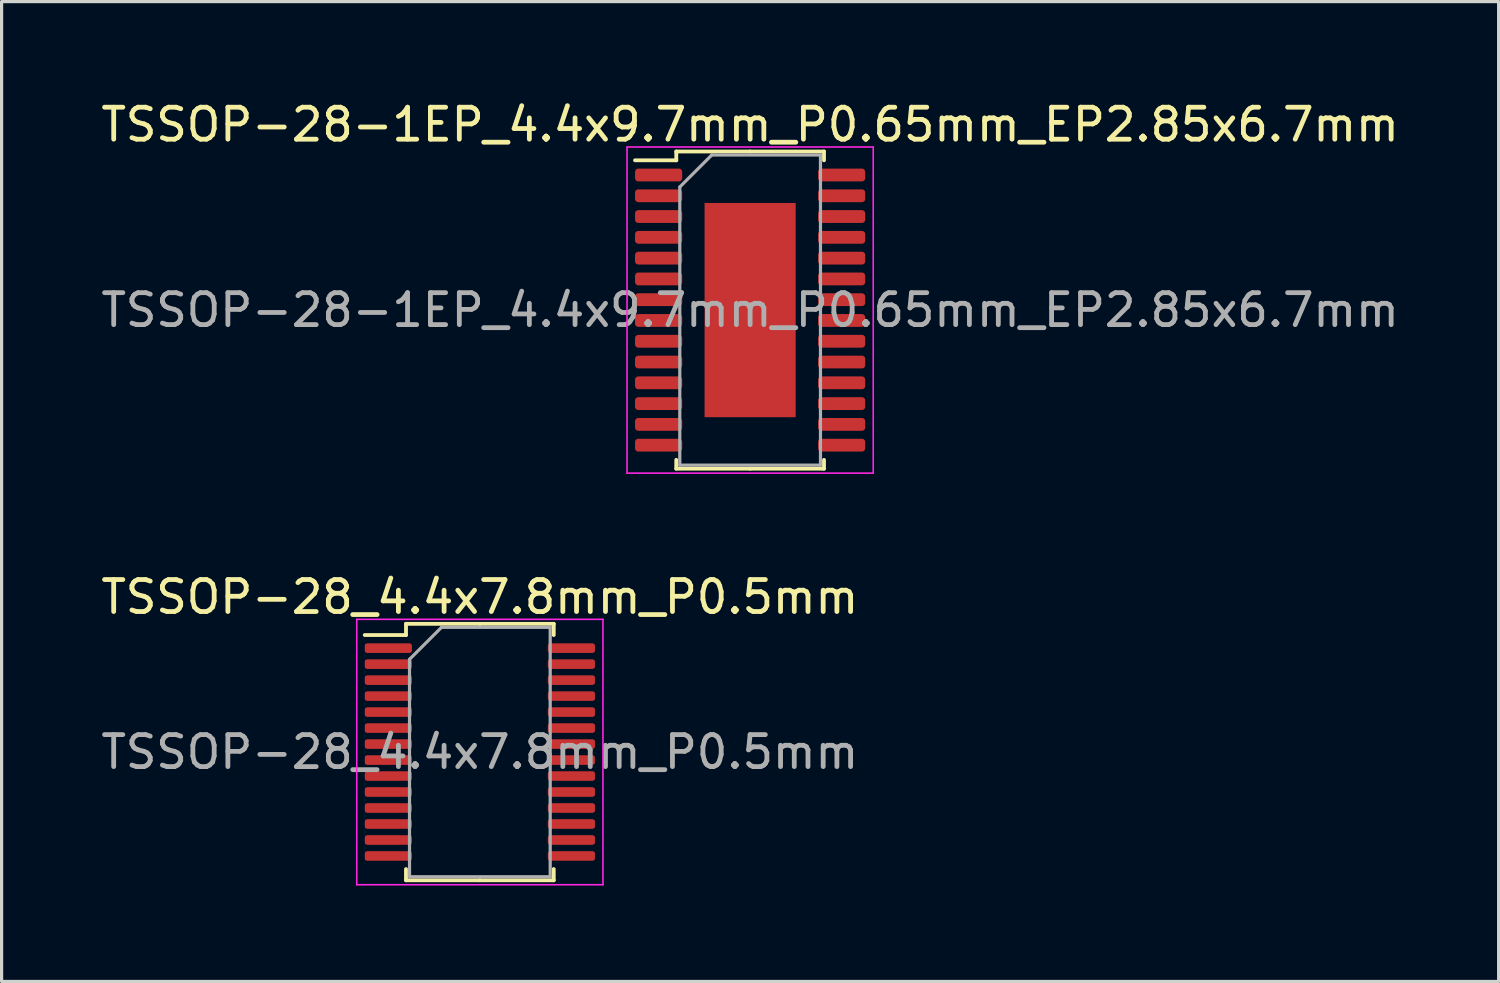
<source format=kicad_pcb>
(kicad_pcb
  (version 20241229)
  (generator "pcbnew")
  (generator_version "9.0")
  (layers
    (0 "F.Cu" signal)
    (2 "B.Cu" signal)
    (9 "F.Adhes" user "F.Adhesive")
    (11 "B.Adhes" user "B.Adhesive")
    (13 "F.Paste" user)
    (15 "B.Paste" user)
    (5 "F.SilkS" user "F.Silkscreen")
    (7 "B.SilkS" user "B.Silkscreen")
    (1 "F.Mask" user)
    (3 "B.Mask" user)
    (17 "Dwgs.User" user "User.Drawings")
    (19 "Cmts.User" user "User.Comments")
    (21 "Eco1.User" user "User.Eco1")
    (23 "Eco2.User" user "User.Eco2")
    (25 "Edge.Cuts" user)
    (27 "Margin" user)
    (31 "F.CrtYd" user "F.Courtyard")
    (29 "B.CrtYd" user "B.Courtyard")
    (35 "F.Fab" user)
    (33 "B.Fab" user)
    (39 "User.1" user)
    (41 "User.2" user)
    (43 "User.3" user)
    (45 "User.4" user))
  (footprint "TSSOP-28_4.4x7.8mm_P0.5mm"
    (layer "F.Cu")
    (at 11.958 20.471)
    (property "Reference" "TSSOP-28_4.4x7.8mm_P0.5mm" (at 0 -4.85 0) (layer "F.SilkS") (effects (font (size 1 1) (thickness 0.15))))
    (attr smd)
    (fp_line (start -2.31 -4.01) (end -2.31 -3.66) (stroke (width 0.12) (type solid)) (layer "F.SilkS"))
    (fp_line (start -2.31 -3.66) (end -3.6 -3.66) (stroke (width 0.12) (type solid)) (layer "F.SilkS"))
    (fp_line (start -2.31 4.01) (end -2.31 3.66) (stroke (width 0.12) (type solid)) (layer "F.SilkS"))
    (fp_line (start 0 -4.01) (end -2.31 -4.01) (stroke (width 0.12) (type solid)) (layer "F.SilkS"))
    (fp_line (start 0 -4.01) (end 2.31 -4.01) (stroke (width 0.12) (type solid)) (layer "F.SilkS"))
    (fp_line (start 0 4.01) (end -2.31 4.01) (stroke (width 0.12) (type solid)) (layer "F.SilkS"))
    (fp_line (start 0 4.01) (end 2.31 4.01) (stroke (width 0.12) (type solid)) (layer "F.SilkS"))
    (fp_line (start 2.31 -4.01) (end 2.31 -3.66) (stroke (width 0.12) (type solid)) (layer "F.SilkS"))
    (fp_line (start 2.31 4.01) (end 2.31 3.66) (stroke (width 0.12) (type solid)) (layer "F.SilkS"))
    (fp_line (start -3.85 -4.15) (end -3.85 4.15) (stroke (width 0.05) (type solid)) (layer "F.CrtYd"))
    (fp_line (start -3.85 4.15) (end 3.85 4.15) (stroke (width 0.05) (type solid)) (layer "F.CrtYd"))
    (fp_line (start 3.85 -4.15) (end -3.85 -4.15) (stroke (width 0.05) (type solid)) (layer "F.CrtYd"))
    (fp_line (start 3.85 4.15) (end 3.85 -4.15) (stroke (width 0.05) (type solid)) (layer "F.CrtYd"))
    (fp_line (start -2.2 -2.9) (end -1.2 -3.9) (stroke (width 0.1) (type solid)) (layer "F.Fab"))
    (fp_line (start -2.2 3.9) (end -2.2 -2.9) (stroke (width 0.1) (type solid)) (layer "F.Fab"))
    (fp_line (start -1.2 -3.9) (end 2.2 -3.9) (stroke (width 0.1) (type solid)) (layer "F.Fab"))
    (fp_line (start 2.2 -3.9) (end 2.2 3.9) (stroke (width 0.1) (type solid)) (layer "F.Fab"))
    (fp_line (start 2.2 3.9) (end -2.2 3.9) (stroke (width 0.1) (type solid)) (layer "F.Fab"))
    (fp_text user "${REFERENCE}" (at 0 0 0) (layer "F.Fab") (effects (font (size 1 1) (thickness 0.15))))
    (pad "1" smd roundrect (at -2.862 -3.25) (size 1.475 0.3) (layers "F.Cu" "F.Mask" "F.Paste") (roundrect_rratio 0.25))
    (pad "2" smd roundrect (at -2.862 -2.75) (size 1.475 0.3) (layers "F.Cu" "F.Mask" "F.Paste") (roundrect_rratio 0.25))
    (pad "3" smd roundrect (at -2.862 -2.25) (size 1.475 0.3) (layers "F.Cu" "F.Mask" "F.Paste") (roundrect_rratio 0.25))
    (pad "4" smd roundrect (at -2.862 -1.75) (size 1.475 0.3) (layers "F.Cu" "F.Mask" "F.Paste") (roundrect_rratio 0.25))
    (pad "5" smd roundrect (at -2.862 -1.25) (size 1.475 0.3) (layers "F.Cu" "F.Mask" "F.Paste") (roundrect_rratio 0.25))
    (pad "6" smd roundrect (at -2.862 -0.75) (size 1.475 0.3) (layers "F.Cu" "F.Mask" "F.Paste") (roundrect_rratio 0.25))
    (pad "7" smd roundrect (at -2.862 -0.25) (size 1.475 0.3) (layers "F.Cu" "F.Mask" "F.Paste") (roundrect_rratio 0.25))
    (pad "8" smd roundrect (at -2.862 0.25) (size 1.475 0.3) (layers "F.Cu" "F.Mask" "F.Paste") (roundrect_rratio 0.25))
    (pad "9" smd roundrect (at -2.862 0.75) (size 1.475 0.3) (layers "F.Cu" "F.Mask" "F.Paste") (roundrect_rratio 0.25))
    (pad "10" smd roundrect (at -2.862 1.25) (size 1.475 0.3) (layers "F.Cu" "F.Mask" "F.Paste") (roundrect_rratio 0.25))
    (pad "11" smd roundrect (at -2.862 1.75) (size 1.475 0.3) (layers "F.Cu" "F.Mask" "F.Paste") (roundrect_rratio 0.25))
    (pad "12" smd roundrect (at -2.862 2.25) (size 1.475 0.3) (layers "F.Cu" "F.Mask" "F.Paste") (roundrect_rratio 0.25))
    (pad "13" smd roundrect (at -2.862 2.75) (size 1.475 0.3) (layers "F.Cu" "F.Mask" "F.Paste") (roundrect_rratio 0.25))
    (pad "14" smd roundrect (at -2.862 3.25) (size 1.475 0.3) (layers "F.Cu" "F.Mask" "F.Paste") (roundrect_rratio 0.25))
    (pad "15" smd roundrect (at 2.862 3.25) (size 1.475 0.3) (layers "F.Cu" "F.Mask" "F.Paste") (roundrect_rratio 0.25))
    (pad "16" smd roundrect (at 2.862 2.75) (size 1.475 0.3) (layers "F.Cu" "F.Mask" "F.Paste") (roundrect_rratio 0.25))
    (pad "17" smd roundrect (at 2.862 2.25) (size 1.475 0.3) (layers "F.Cu" "F.Mask" "F.Paste") (roundrect_rratio 0.25))
    (pad "18" smd roundrect (at 2.862 1.75) (size 1.475 0.3) (layers "F.Cu" "F.Mask" "F.Paste") (roundrect_rratio 0.25))
    (pad "19" smd roundrect (at 2.862 1.25) (size 1.475 0.3) (layers "F.Cu" "F.Mask" "F.Paste") (roundrect_rratio 0.25))
    (pad "20" smd roundrect (at 2.862 0.75) (size 1.475 0.3) (layers "F.Cu" "F.Mask" "F.Paste") (roundrect_rratio 0.25))
    (pad "21" smd roundrect (at 2.862 0.25) (size 1.475 0.3) (layers "F.Cu" "F.Mask" "F.Paste") (roundrect_rratio 0.25))
    (pad "22" smd roundrect (at 2.862 -0.25) (size 1.475 0.3) (layers "F.Cu" "F.Mask" "F.Paste") (roundrect_rratio 0.25))
    (pad "23" smd roundrect (at 2.862 -0.75) (size 1.475 0.3) (layers "F.Cu" "F.Mask" "F.Paste") (roundrect_rratio 0.25))
    (pad "24" smd roundrect (at 2.862 -1.25) (size 1.475 0.3) (layers "F.Cu" "F.Mask" "F.Paste") (roundrect_rratio 0.25))
    (pad "25" smd roundrect (at 2.862 -1.75) (size 1.475 0.3) (layers "F.Cu" "F.Mask" "F.Paste") (roundrect_rratio 0.25))
    (pad "26" smd roundrect (at 2.862 -2.25) (size 1.475 0.3) (layers "F.Cu" "F.Mask" "F.Paste") (roundrect_rratio 0.25))
    (pad "27" smd roundrect (at 2.862 -2.75) (size 1.475 0.3) (layers "F.Cu" "F.Mask" "F.Paste") (roundrect_rratio 0.25))
    (pad "28" smd roundrect (at 2.862 -3.25) (size 1.475 0.3) (layers "F.Cu" "F.Mask" "F.Paste") (roundrect_rratio 0.25)))
  (footprint "TSSOP-28-1EP_4.4x9.7mm_P0.65mm_EP2.85x6.7mm"
    (layer "F.Cu")
    (at 20.411 6.648)
    (property "Reference" "TSSOP-28-1EP_4.4x9.7mm_P0.65mm_EP2.85x6.7mm" (at 0 -5.8 0) (layer "F.SilkS") (effects (font (size 1 1) (thickness 0.15))))
    (attr smd)
    (fp_line (start -2.31 -4.96) (end -2.31 -4.685) (stroke (width 0.12) (type solid)) (layer "F.SilkS"))
    (fp_line (start -2.31 -4.685) (end -3.6 -4.685) (stroke (width 0.12) (type solid)) (layer "F.SilkS"))
    (fp_line (start -2.31 4.96) (end -2.31 4.685) (stroke (width 0.12) (type solid)) (layer "F.SilkS"))
    (fp_line (start 0 -4.96) (end -2.31 -4.96) (stroke (width 0.12) (type solid)) (layer "F.SilkS"))
    (fp_line (start 0 -4.96) (end 2.31 -4.96) (stroke (width 0.12) (type solid)) (layer "F.SilkS"))
    (fp_line (start 0 4.96) (end -2.31 4.96) (stroke (width 0.12) (type solid)) (layer "F.SilkS"))
    (fp_line (start 0 4.96) (end 2.31 4.96) (stroke (width 0.12) (type solid)) (layer "F.SilkS"))
    (fp_line (start 2.31 -4.96) (end 2.31 -4.685) (stroke (width 0.12) (type solid)) (layer "F.SilkS"))
    (fp_line (start 2.31 4.96) (end 2.31 4.685) (stroke (width 0.12) (type solid)) (layer "F.SilkS"))
    (fp_line (start -3.85 -5.1) (end -3.85 5.1) (stroke (width 0.05) (type solid)) (layer "F.CrtYd"))
    (fp_line (start -3.85 5.1) (end 3.85 5.1) (stroke (width 0.05) (type solid)) (layer "F.CrtYd"))
    (fp_line (start 3.85 -5.1) (end -3.85 -5.1) (stroke (width 0.05) (type solid)) (layer "F.CrtYd"))
    (fp_line (start 3.85 5.1) (end 3.85 -5.1) (stroke (width 0.05) (type solid)) (layer "F.CrtYd"))
    (fp_line (start -2.2 -3.85) (end -1.2 -4.85) (stroke (width 0.1) (type solid)) (layer "F.Fab"))
    (fp_line (start -2.2 4.85) (end -2.2 -3.85) (stroke (width 0.1) (type solid)) (layer "F.Fab"))
    (fp_line (start -1.2 -4.85) (end 2.2 -4.85) (stroke (width 0.1) (type solid)) (layer "F.Fab"))
    (fp_line (start 2.2 -4.85) (end 2.2 4.85) (stroke (width 0.1) (type solid)) (layer "F.Fab"))
    (fp_line (start 2.2 4.85) (end -2.2 4.85) (stroke (width 0.1) (type solid)) (layer "F.Fab"))
    (fp_text user "${REFERENCE}" (at 0 0 0) (layer "F.Fab") (effects (font (size 1 1) (thickness 0.15))))
    (pad "" smd roundrect (at -0.71 -2.23) (size 1.15 1.8) (layers "F.Paste") (roundrect_rratio 0.217))
    (pad "" smd roundrect (at -0.71 0) (size 1.15 1.8) (layers "F.Paste") (roundrect_rratio 0.217))
    (pad "" smd roundrect (at -0.71 2.23) (size 1.15 1.8) (layers "F.Paste") (roundrect_rratio 0.217))
    (pad "" smd roundrect (at 0.71 -2.23) (size 1.15 1.8) (layers "F.Paste") (roundrect_rratio 0.217))
    (pad "" smd roundrect (at 0.71 0) (size 1.15 1.8) (layers "F.Paste") (roundrect_rratio 0.217))
    (pad "" smd roundrect (at 0.71 2.23) (size 1.15 1.8) (layers "F.Paste") (roundrect_rratio 0.217))
    (pad "1" smd roundrect (at -2.862 -4.225) (size 1.475 0.4) (layers "F.Cu" "F.Mask" "F.Paste") (roundrect_rratio 0.25))
    (pad "2" smd roundrect (at -2.862 -3.575) (size 1.475 0.4) (layers "F.Cu" "F.Mask" "F.Paste") (roundrect_rratio 0.25))
    (pad "3" smd roundrect (at -2.862 -2.925) (size 1.475 0.4) (layers "F.Cu" "F.Mask" "F.Paste") (roundrect_rratio 0.25))
    (pad "4" smd roundrect (at -2.862 -2.275) (size 1.475 0.4) (layers "F.Cu" "F.Mask" "F.Paste") (roundrect_rratio 0.25))
    (pad "5" smd roundrect (at -2.862 -1.625) (size 1.475 0.4) (layers "F.Cu" "F.Mask" "F.Paste") (roundrect_rratio 0.25))
    (pad "6" smd roundrect (at -2.862 -0.975) (size 1.475 0.4) (layers "F.Cu" "F.Mask" "F.Paste") (roundrect_rratio 0.25))
    (pad "7" smd roundrect (at -2.862 -0.325) (size 1.475 0.4) (layers "F.Cu" "F.Mask" "F.Paste") (roundrect_rratio 0.25))
    (pad "8" smd roundrect (at -2.862 0.325) (size 1.475 0.4) (layers "F.Cu" "F.Mask" "F.Paste") (roundrect_rratio 0.25))
    (pad "9" smd roundrect (at -2.862 0.975) (size 1.475 0.4) (layers "F.Cu" "F.Mask" "F.Paste") (roundrect_rratio 0.25))
    (pad "10" smd roundrect (at -2.862 1.625) (size 1.475 0.4) (layers "F.Cu" "F.Mask" "F.Paste") (roundrect_rratio 0.25))
    (pad "11" smd roundrect (at -2.862 2.275) (size 1.475 0.4) (layers "F.Cu" "F.Mask" "F.Paste") (roundrect_rratio 0.25))
    (pad "12" smd roundrect (at -2.862 2.925) (size 1.475 0.4) (layers "F.Cu" "F.Mask" "F.Paste") (roundrect_rratio 0.25))
    (pad "13" smd roundrect (at -2.862 3.575) (size 1.475 0.4) (layers "F.Cu" "F.Mask" "F.Paste") (roundrect_rratio 0.25))
    (pad "14" smd roundrect (at -2.862 4.225) (size 1.475 0.4) (layers "F.Cu" "F.Mask" "F.Paste") (roundrect_rratio 0.25))
    (pad "15" smd roundrect (at 2.862 4.225) (size 1.475 0.4) (layers "F.Cu" "F.Mask" "F.Paste") (roundrect_rratio 0.25))
    (pad "16" smd roundrect (at 2.862 3.575) (size 1.475 0.4) (layers "F.Cu" "F.Mask" "F.Paste") (roundrect_rratio 0.25))
    (pad "17" smd roundrect (at 2.862 2.925) (size 1.475 0.4) (layers "F.Cu" "F.Mask" "F.Paste") (roundrect_rratio 0.25))
    (pad "18" smd roundrect (at 2.862 2.275) (size 1.475 0.4) (layers "F.Cu" "F.Mask" "F.Paste") (roundrect_rratio 0.25))
    (pad "19" smd roundrect (at 2.862 1.625) (size 1.475 0.4) (layers "F.Cu" "F.Mask" "F.Paste") (roundrect_rratio 0.25))
    (pad "20" smd roundrect (at 2.862 0.975) (size 1.475 0.4) (layers "F.Cu" "F.Mask" "F.Paste") (roundrect_rratio 0.25))
    (pad "21" smd roundrect (at 2.862 0.325) (size 1.475 0.4) (layers "F.Cu" "F.Mask" "F.Paste") (roundrect_rratio 0.25))
    (pad "22" smd roundrect (at 2.862 -0.325) (size 1.475 0.4) (layers "F.Cu" "F.Mask" "F.Paste") (roundrect_rratio 0.25))
    (pad "23" smd roundrect (at 2.862 -0.975) (size 1.475 0.4) (layers "F.Cu" "F.Mask" "F.Paste") (roundrect_rratio 0.25))
    (pad "24" smd roundrect (at 2.862 -1.625) (size 1.475 0.4) (layers "F.Cu" "F.Mask" "F.Paste") (roundrect_rratio 0.25))
    (pad "25" smd roundrect (at 2.862 -2.275) (size 1.475 0.4) (layers "F.Cu" "F.Mask" "F.Paste") (roundrect_rratio 0.25))
    (pad "26" smd roundrect (at 2.862 -2.925) (size 1.475 0.4) (layers "F.Cu" "F.Mask" "F.Paste") (roundrect_rratio 0.25))
    (pad "27" smd roundrect (at 2.862 -3.575) (size 1.475 0.4) (layers "F.Cu" "F.Mask" "F.Paste") (roundrect_rratio 0.25))
    (pad "28" smd roundrect (at 2.862 -4.225) (size 1.475 0.4) (layers "F.Cu" "F.Mask" "F.Paste") (roundrect_rratio 0.25))
    (pad "29" smd rect (at 0 0) (size 2.85 6.7) (layers "F.Cu" "F.Mask")))
  (gr_rect
    (start -3 -3)
    (end 43.821 27.646)
    (stroke (width 0.1) (type default))
    (fill no)
    (layer "Edge.Cuts")))
</source>
